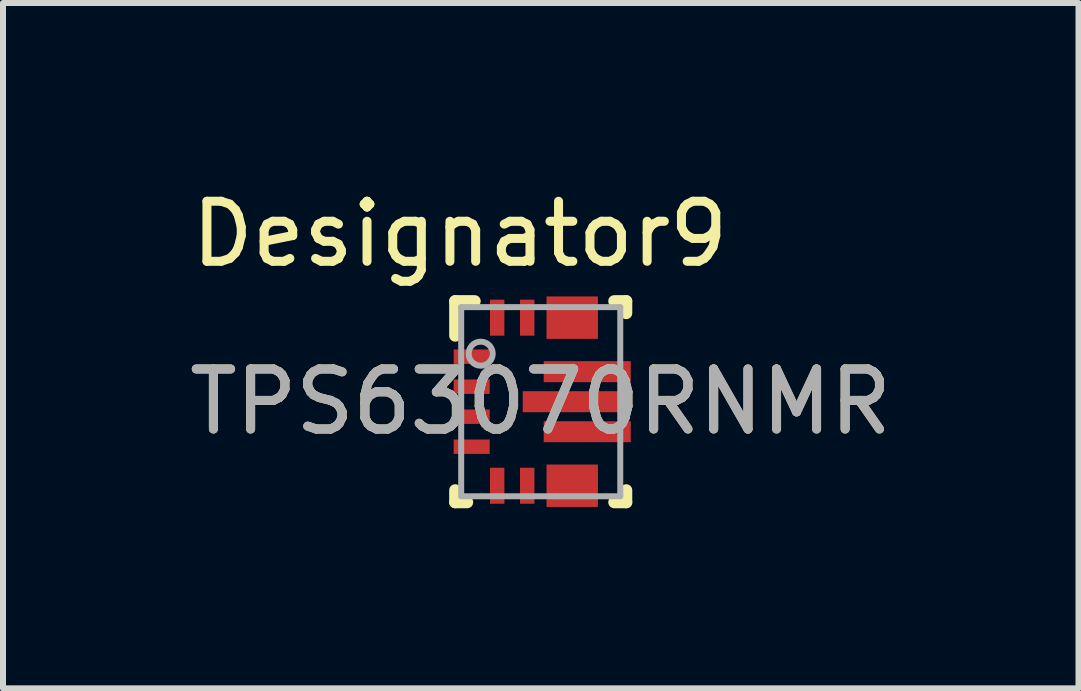
<source format=kicad_pcb>
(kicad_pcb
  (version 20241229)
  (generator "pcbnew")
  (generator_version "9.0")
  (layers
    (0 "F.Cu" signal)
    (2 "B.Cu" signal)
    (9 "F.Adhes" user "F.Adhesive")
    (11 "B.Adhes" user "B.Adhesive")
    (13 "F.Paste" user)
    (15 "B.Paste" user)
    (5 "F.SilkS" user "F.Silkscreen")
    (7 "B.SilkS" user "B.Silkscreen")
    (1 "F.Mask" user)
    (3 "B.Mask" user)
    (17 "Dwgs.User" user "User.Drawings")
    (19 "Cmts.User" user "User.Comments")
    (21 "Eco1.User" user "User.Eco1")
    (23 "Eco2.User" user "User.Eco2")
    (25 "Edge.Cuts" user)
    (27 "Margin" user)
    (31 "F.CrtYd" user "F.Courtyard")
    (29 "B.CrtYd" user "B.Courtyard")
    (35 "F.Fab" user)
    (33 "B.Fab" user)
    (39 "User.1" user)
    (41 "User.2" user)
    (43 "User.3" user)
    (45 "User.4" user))
  (footprint "TPS63070RNMR"
    (layer "F.Cu")
    (at 5.958 3.642)
    (property "Reference" "TPS63070RNMR" (at 0 0 0) (unlocked yes) (layer "F.SilkS") (effects (font (size 1 1) (thickness 0.15))))
    (attr smd)
    (fp_poly (pts (xy 0.15 -1.15) (xy 0.15 -1.3) (xy 0.151 -1.31) (xy 0.154 -1.319) (xy 0.158 -1.328) (xy 0.165 -1.335) (xy 0.172 -1.342) (xy 0.181 -1.346) (xy 0.19 -1.349) (xy 0.2 -1.35) (xy 0.85 -1.35) (xy 0.86 -1.349) (xy 0.869 -1.346) (xy 0.878 -1.342) (xy 0.885 -1.335) (xy 0.892 -1.328) (xy 0.896 -1.319) (xy 0.899 -1.31) (xy 0.9 -1.3) (xy 0.9 -1.15) (xy 0.899 -1.14) (xy 0.896 -1.131) (xy 0.892 -1.122) (xy 0.885 -1.115) (xy 0.878 -1.108) (xy 0.869 -1.104) (xy 0.86 -1.101) (xy 0.85 -1.1) (xy 0.2 -1.1) (xy 0.19 -1.101) (xy 0.181 -1.104) (xy 0.172 -1.108) (xy 0.165 -1.115) (xy 0.158 -1.122) (xy 0.154 -1.131) (xy 0.151 -1.14)) (stroke (width 0) (type solid)) (fill yes) (layer "F.Mask"))
    (fp_poly (pts (xy 0.15 1.3) (xy 0.15 1.15) (xy 0.151 1.14) (xy 0.154 1.131) (xy 0.158 1.122) (xy 0.165 1.115) (xy 0.172 1.108) (xy 0.181 1.104) (xy 0.19 1.101) (xy 0.2 1.1) (xy 0.85 1.1) (xy 0.86 1.101) (xy 0.869 1.104) (xy 0.878 1.108) (xy 0.885 1.115) (xy 0.892 1.122) (xy 0.896 1.131) (xy 0.899 1.14) (xy 0.9 1.15) (xy 0.9 1.3) (xy 0.899 1.31) (xy 0.896 1.319) (xy 0.892 1.328) (xy 0.885 1.335) (xy 0.878 1.342) (xy 0.869 1.346) (xy 0.86 1.349) (xy 0.85 1.35) (xy 0.2 1.35) (xy 0.19 1.349) (xy 0.181 1.346) (xy 0.172 1.342) (xy 0.165 1.335) (xy 0.158 1.328) (xy 0.154 1.319) (xy 0.151 1.31)) (stroke (width 0) (type solid)) (fill yes) (layer "F.Mask"))
    (fp_poly (pts (xy 0.2 1.1) (xy 0.35 1.1) (xy 0.36 1.101) (xy 0.369 1.104) (xy 0.378 1.108) (xy 0.385 1.115) (xy 0.392 1.122) (xy 0.396 1.131) (xy 0.399 1.14) (xy 0.4 1.15) (xy 0.4 1.65) (xy 0.399 1.66) (xy 0.396 1.669) (xy 0.392 1.678) (xy 0.385 1.685) (xy 0.378 1.692) (xy 0.369 1.696) (xy 0.36 1.699) (xy 0.35 1.7) (xy 0.2 1.7) (xy 0.19 1.699) (xy 0.181 1.696) (xy 0.172 1.692) (xy 0.165 1.685) (xy 0.158 1.678) (xy 0.154 1.669) (xy 0.151 1.66) (xy 0.15 1.65) (xy 0.15 1.15) (xy 0.151 1.14) (xy 0.154 1.131) (xy 0.158 1.122) (xy 0.165 1.115) (xy 0.172 1.108) (xy 0.181 1.104) (xy 0.19 1.101)) (stroke (width 0) (type solid)) (fill yes) (layer "F.Mask"))
    (fp_poly (pts (xy 0.35 -1.1) (xy 0.2 -1.1) (xy 0.19 -1.101) (xy 0.181 -1.104) (xy 0.172 -1.108) (xy 0.165 -1.115) (xy 0.158 -1.122) (xy 0.154 -1.131) (xy 0.151 -1.14) (xy 0.15 -1.15) (xy 0.15 -1.65) (xy 0.151 -1.66) (xy 0.154 -1.669) (xy 0.158 -1.678) (xy 0.165 -1.685) (xy 0.172 -1.692) (xy 0.181 -1.696) (xy 0.19 -1.699) (xy 0.2 -1.7) (xy 0.35 -1.7) (xy 0.36 -1.699) (xy 0.369 -1.696) (xy 0.378 -1.692) (xy 0.385 -1.685) (xy 0.392 -1.678) (xy 0.396 -1.669) (xy 0.399 -1.66) (xy 0.4 -1.65) (xy 0.4 -1.15) (xy 0.399 -1.14) (xy 0.396 -1.131) (xy 0.392 -1.122) (xy 0.385 -1.115) (xy 0.378 -1.108) (xy 0.369 -1.104) (xy 0.36 -1.101)) (stroke (width 0) (type solid)) (fill yes) (layer "F.Mask"))
    (fp_poly (pts (xy 0.7 1.1) (xy 0.85 1.1) (xy 0.86 1.101) (xy 0.869 1.104) (xy 0.878 1.108) (xy 0.885 1.115) (xy 0.892 1.122) (xy 0.896 1.131) (xy 0.899 1.14) (xy 0.9 1.15) (xy 0.9 1.65) (xy 0.899 1.66) (xy 0.896 1.669) (xy 0.892 1.678) (xy 0.885 1.685) (xy 0.878 1.692) (xy 0.869 1.696) (xy 0.86 1.699) (xy 0.85 1.7) (xy 0.7 1.7) (xy 0.69 1.699) (xy 0.681 1.696) (xy 0.672 1.692) (xy 0.665 1.685) (xy 0.658 1.678) (xy 0.654 1.669) (xy 0.651 1.66) (xy 0.65 1.65) (xy 0.65 1.15) (xy 0.651 1.14) (xy 0.654 1.131) (xy 0.658 1.122) (xy 0.665 1.115) (xy 0.672 1.108) (xy 0.681 1.104) (xy 0.69 1.101)) (stroke (width 0) (type solid)) (fill yes) (layer "F.Mask"))
    (fp_poly (pts (xy 0.85 -1.1) (xy 0.7 -1.1) (xy 0.69 -1.101) (xy 0.681 -1.104) (xy 0.672 -1.108) (xy 0.665 -1.115) (xy 0.658 -1.122) (xy 0.654 -1.131) (xy 0.651 -1.14) (xy 0.65 -1.15) (xy 0.65 -1.65) (xy 0.651 -1.66) (xy 0.654 -1.669) (xy 0.658 -1.678) (xy 0.665 -1.685) (xy 0.672 -1.692) (xy 0.681 -1.696) (xy 0.69 -1.699) (xy 0.7 -1.7) (xy 0.85 -1.7) (xy 0.86 -1.699) (xy 0.869 -1.696) (xy 0.878 -1.692) (xy 0.885 -1.685) (xy 0.892 -1.678) (xy 0.896 -1.669) (xy 0.899 -1.66) (xy 0.9 -1.65) (xy 0.9 -1.15) (xy 0.899 -1.14) (xy 0.896 -1.131) (xy 0.892 -1.122) (xy 0.885 -1.115) (xy 0.878 -1.108) (xy 0.869 -1.104) (xy 0.86 -1.101)) (stroke (width 0) (type solid)) (fill yes) (layer "F.Mask"))
    (fp_line (start -1.425 -1.675) (end -1.1 -1.675) (stroke (width 0.2) (type solid)) (layer "F.SilkS"))
    (fp_line (start -1.425 -1.1) (end -1.425 -1.675) (stroke (width 0.2) (type solid)) (layer "F.SilkS"))
    (fp_line (start -1.425 1.675) (end -1.425 1.475) (stroke (width 0.2) (type solid)) (layer "F.SilkS"))
    (fp_line (start -1.425 1.675) (end -1.225 1.675) (stroke (width 0.2) (type solid)) (layer "F.SilkS"))
    (fp_line (start 1.225 -1.675) (end 1.425 -1.675) (stroke (width 0.2) (type solid)) (layer "F.SilkS"))
    (fp_line (start 1.225 1.675) (end 1.425 1.675) (stroke (width 0.2) (type solid)) (layer "F.SilkS"))
    (fp_line (start 1.425 -1.475) (end 1.425 -1.675) (stroke (width 0.2) (type solid)) (layer "F.SilkS"))
    (fp_line (start 1.425 1.675) (end 1.425 1.475) (stroke (width 0.2) (type solid)) (layer "F.SilkS"))
    (fp_poly (pts (xy -0.22 0.075) (xy -0.22 -0.075) (xy -0.219 -0.085) (xy -0.216 -0.094) (xy -0.212 -0.103) (xy -0.205 -0.11) (xy -0.198 -0.117) (xy -0.189 -0.121) (xy -0.18 -0.124) (xy -0.17 -0.125) (xy 0.45 -0.125) (xy 0.46 -0.124) (xy 0.469 -0.121) (xy 0.478 -0.117) (xy 0.485 -0.11) (xy 0.492 -0.103) (xy 0.496 -0.094) (xy 0.499 -0.085) (xy 0.5 -0.075) (xy 0.5 0.075) (xy 0.499 0.085) (xy 0.496 0.094) (xy 0.492 0.103) (xy 0.485 0.11) (xy 0.478 0.117) (xy 0.469 0.121) (xy 0.46 0.124) (xy 0.45 0.125) (xy -0.17 0.125) (xy -0.18 0.124) (xy -0.189 0.121) (xy -0.198 0.117) (xy -0.205 0.11) (xy -0.212 0.103) (xy -0.216 0.094) (xy -0.219 0.085)) (stroke (width 0) (type solid)) (fill yes) (layer "F.Paste"))
    (fp_poly (pts (xy 0.101 -0.425) (xy 0.101 -0.575) (xy 0.101 -0.585) (xy 0.104 -0.594) (xy 0.109 -0.603) (xy 0.115 -0.61) (xy 0.123 -0.617) (xy 0.131 -0.621) (xy 0.141 -0.624) (xy 0.15 -0.625) (xy 0.625 -0.625) (xy 0.635 -0.624) (xy 0.645 -0.621) (xy 0.653 -0.617) (xy 0.661 -0.61) (xy 0.667 -0.603) (xy 0.672 -0.594) (xy 0.675 -0.585) (xy 0.675 -0.575) (xy 0.675 -0.425) (xy 0.675 -0.415) (xy 0.672 -0.406) (xy 0.667 -0.397) (xy 0.661 -0.39) (xy 0.653 -0.383) (xy 0.645 -0.379) (xy 0.635 -0.376) (xy 0.625 -0.375) (xy 0.15 -0.375) (xy 0.141 -0.376) (xy 0.131 -0.379) (xy 0.123 -0.383) (xy 0.115 -0.39) (xy 0.109 -0.397) (xy 0.104 -0.406) (xy 0.101 -0.415)) (stroke (width 0) (type solid)) (fill yes) (layer "F.Paste"))
    (fp_poly (pts (xy 0.101 0.575) (xy 0.101 0.425) (xy 0.101 0.415) (xy 0.104 0.406) (xy 0.109 0.397) (xy 0.115 0.39) (xy 0.123 0.383) (xy 0.131 0.379) (xy 0.141 0.376) (xy 0.15 0.375) (xy 0.625 0.375) (xy 0.635 0.376) (xy 0.645 0.379) (xy 0.653 0.383) (xy 0.661 0.39) (xy 0.667 0.397) (xy 0.672 0.406) (xy 0.675 0.415) (xy 0.675 0.425) (xy 0.675 0.575) (xy 0.675 0.585) (xy 0.672 0.594) (xy 0.667 0.603) (xy 0.661 0.61) (xy 0.653 0.617) (xy 0.645 0.621) (xy 0.635 0.624) (xy 0.625 0.625) (xy 0.15 0.625) (xy 0.141 0.624) (xy 0.131 0.621) (xy 0.123 0.617) (xy 0.115 0.61) (xy 0.109 0.603) (xy 0.104 0.594) (xy 0.101 0.585)) (stroke (width 0) (type solid)) (fill yes) (layer "F.Paste"))
    (fp_poly (pts (xy 0.15 -1.15) (xy 0.15 -1.3) (xy 0.151 -1.31) (xy 0.154 -1.319) (xy 0.158 -1.328) (xy 0.165 -1.335) (xy 0.172 -1.342) (xy 0.181 -1.346) (xy 0.19 -1.349) (xy 0.2 -1.35) (xy 0.85 -1.35) (xy 0.86 -1.349) (xy 0.869 -1.346) (xy 0.878 -1.342) (xy 0.885 -1.335) (xy 0.892 -1.328) (xy 0.896 -1.319) (xy 0.899 -1.31) (xy 0.9 -1.3) (xy 0.9 -1.15) (xy 0.899 -1.14) (xy 0.896 -1.131) (xy 0.892 -1.122) (xy 0.885 -1.115) (xy 0.878 -1.108) (xy 0.869 -1.104) (xy 0.86 -1.101) (xy 0.85 -1.1) (xy 0.2 -1.1) (xy 0.19 -1.101) (xy 0.181 -1.104) (xy 0.172 -1.108) (xy 0.165 -1.115) (xy 0.158 -1.122) (xy 0.154 -1.131) (xy 0.151 -1.14)) (stroke (width 0) (type solid)) (fill yes) (layer "F.Paste"))
    (fp_poly (pts (xy 0.15 1.3) (xy 0.15 1.15) (xy 0.151 1.14) (xy 0.154 1.131) (xy 0.158 1.122) (xy 0.165 1.115) (xy 0.172 1.108) (xy 0.181 1.104) (xy 0.19 1.101) (xy 0.2 1.1) (xy 0.85 1.1) (xy 0.86 1.101) (xy 0.869 1.104) (xy 0.878 1.108) (xy 0.885 1.115) (xy 0.892 1.122) (xy 0.896 1.131) (xy 0.899 1.14) (xy 0.9 1.15) (xy 0.9 1.3) (xy 0.899 1.31) (xy 0.896 1.319) (xy 0.892 1.328) (xy 0.885 1.335) (xy 0.878 1.342) (xy 0.869 1.346) (xy 0.86 1.349) (xy 0.85 1.35) (xy 0.2 1.35) (xy 0.19 1.349) (xy 0.181 1.346) (xy 0.172 1.342) (xy 0.165 1.335) (xy 0.158 1.328) (xy 0.154 1.319) (xy 0.151 1.31)) (stroke (width 0) (type solid)) (fill yes) (layer "F.Paste"))
    (fp_poly (pts (xy 0.2 1.1) (xy 0.35 1.1) (xy 0.36 1.101) (xy 0.369 1.104) (xy 0.378 1.108) (xy 0.385 1.115) (xy 0.392 1.122) (xy 0.396 1.131) (xy 0.399 1.14) (xy 0.4 1.15) (xy 0.4 1.65) (xy 0.399 1.66) (xy 0.396 1.669) (xy 0.392 1.678) (xy 0.385 1.685) (xy 0.378 1.692) (xy 0.369 1.696) (xy 0.36 1.699) (xy 0.35 1.7) (xy 0.2 1.7) (xy 0.19 1.699) (xy 0.181 1.696) (xy 0.172 1.692) (xy 0.165 1.685) (xy 0.158 1.678) (xy 0.154 1.669) (xy 0.151 1.66) (xy 0.15 1.65) (xy 0.15 1.15) (xy 0.151 1.14) (xy 0.154 1.131) (xy 0.158 1.122) (xy 0.165 1.115) (xy 0.172 1.108) (xy 0.181 1.104) (xy 0.19 1.101)) (stroke (width 0) (type solid)) (fill yes) (layer "F.Paste"))
    (fp_poly (pts (xy 0.35 -1.1) (xy 0.2 -1.1) (xy 0.19 -1.101) (xy 0.181 -1.104) (xy 0.172 -1.108) (xy 0.165 -1.115) (xy 0.158 -1.122) (xy 0.154 -1.131) (xy 0.151 -1.14) (xy 0.15 -1.15) (xy 0.15 -1.65) (xy 0.151 -1.66) (xy 0.154 -1.669) (xy 0.158 -1.678) (xy 0.165 -1.685) (xy 0.172 -1.692) (xy 0.181 -1.696) (xy 0.19 -1.699) (xy 0.2 -1.7) (xy 0.35 -1.7) (xy 0.36 -1.699) (xy 0.369 -1.696) (xy 0.378 -1.692) (xy 0.385 -1.685) (xy 0.392 -1.678) (xy 0.396 -1.669) (xy 0.399 -1.66) (xy 0.4 -1.65) (xy 0.4 -1.15) (xy 0.399 -1.14) (xy 0.396 -1.131) (xy 0.392 -1.122) (xy 0.385 -1.115) (xy 0.378 -1.108) (xy 0.369 -1.104) (xy 0.36 -1.101)) (stroke (width 0) (type solid)) (fill yes) (layer "F.Paste"))
    (fp_poly (pts (xy 0.7 0.075) (xy 0.7 -0.075) (xy 0.701 -0.085) (xy 0.704 -0.094) (xy 0.708 -0.103) (xy 0.715 -0.11) (xy 0.722 -0.117) (xy 0.731 -0.121) (xy 0.74 -0.124) (xy 0.75 -0.125) (xy 1.37 -0.125) (xy 1.38 -0.124) (xy 1.389 -0.121) (xy 1.398 -0.117) (xy 1.405 -0.11) (xy 1.412 -0.103) (xy 1.416 -0.094) (xy 1.419 -0.085) (xy 1.42 -0.075) (xy 1.42 0.075) (xy 1.419 0.085) (xy 1.416 0.094) (xy 1.412 0.103) (xy 1.405 0.11) (xy 1.398 0.117) (xy 1.389 0.121) (xy 1.38 0.124) (xy 1.37 0.125) (xy 0.75 0.125) (xy 0.74 0.124) (xy 0.731 0.121) (xy 0.722 0.117) (xy 0.715 0.11) (xy 0.708 0.103) (xy 0.704 0.094) (xy 0.701 0.085)) (stroke (width 0) (type solid)) (fill yes) (layer "F.Paste"))
    (fp_poly (pts (xy 0.7 1.1) (xy 0.85 1.1) (xy 0.86 1.101) (xy 0.869 1.104) (xy 0.878 1.108) (xy 0.885 1.115) (xy 0.892 1.122) (xy 0.896 1.131) (xy 0.899 1.14) (xy 0.9 1.15) (xy 0.9 1.65) (xy 0.899 1.66) (xy 0.896 1.669) (xy 0.892 1.678) (xy 0.885 1.685) (xy 0.878 1.692) (xy 0.869 1.696) (xy 0.86 1.699) (xy 0.85 1.7) (xy 0.7 1.7) (xy 0.69 1.699) (xy 0.681 1.696) (xy 0.672 1.692) (xy 0.665 1.685) (xy 0.658 1.678) (xy 0.654 1.669) (xy 0.651 1.66) (xy 0.65 1.65) (xy 0.65 1.15) (xy 0.651 1.14) (xy 0.654 1.131) (xy 0.658 1.122) (xy 0.665 1.115) (xy 0.672 1.108) (xy 0.681 1.104) (xy 0.69 1.101)) (stroke (width 0) (type solid)) (fill yes) (layer "F.Paste"))
    (fp_poly (pts (xy 0.85 -1.1) (xy 0.7 -1.1) (xy 0.69 -1.101) (xy 0.681 -1.104) (xy 0.672 -1.108) (xy 0.665 -1.115) (xy 0.658 -1.122) (xy 0.654 -1.131) (xy 0.651 -1.14) (xy 0.65 -1.15) (xy 0.65 -1.65) (xy 0.651 -1.66) (xy 0.654 -1.669) (xy 0.658 -1.678) (xy 0.665 -1.685) (xy 0.672 -1.692) (xy 0.681 -1.696) (xy 0.69 -1.699) (xy 0.7 -1.7) (xy 0.85 -1.7) (xy 0.86 -1.699) (xy 0.869 -1.696) (xy 0.878 -1.692) (xy 0.885 -1.685) (xy 0.892 -1.678) (xy 0.896 -1.669) (xy 0.899 -1.66) (xy 0.9 -1.65) (xy 0.9 -1.15) (xy 0.899 -1.14) (xy 0.896 -1.131) (xy 0.892 -1.122) (xy 0.885 -1.115) (xy 0.878 -1.108) (xy 0.869 -1.104) (xy 0.86 -1.101)) (stroke (width 0) (type solid)) (fill yes) (layer "F.Paste"))
    (fp_poly (pts (xy 0.875 -0.425) (xy 0.875 -0.575) (xy 0.876 -0.585) (xy 0.879 -0.594) (xy 0.884 -0.603) (xy 0.89 -0.61) (xy 0.898 -0.617) (xy 0.906 -0.621) (xy 0.916 -0.624) (xy 0.925 -0.625) (xy 1.401 -0.625) (xy 1.41 -0.624) (xy 1.42 -0.621) (xy 1.428 -0.617) (xy 1.436 -0.61) (xy 1.442 -0.603) (xy 1.447 -0.594) (xy 1.45 -0.585) (xy 1.45 -0.575) (xy 1.45 -0.425) (xy 1.45 -0.415) (xy 1.447 -0.406) (xy 1.442 -0.397) (xy 1.436 -0.39) (xy 1.428 -0.383) (xy 1.42 -0.379) (xy 1.41 -0.376) (xy 1.401 -0.375) (xy 0.925 -0.375) (xy 0.916 -0.376) (xy 0.906 -0.379) (xy 0.898 -0.383) (xy 0.89 -0.39) (xy 0.884 -0.397) (xy 0.879 -0.406) (xy 0.876 -0.415)) (stroke (width 0) (type solid)) (fill yes) (layer "F.Paste"))
    (fp_poly (pts (xy 0.875 0.575) (xy 0.875 0.425) (xy 0.876 0.415) (xy 0.879 0.406) (xy 0.884 0.397) (xy 0.89 0.39) (xy 0.898 0.383) (xy 0.906 0.379) (xy 0.916 0.376) (xy 0.925 0.375) (xy 1.401 0.375) (xy 1.41 0.376) (xy 1.42 0.379) (xy 1.428 0.383) (xy 1.436 0.39) (xy 1.442 0.397) (xy 1.447 0.406) (xy 1.45 0.415) (xy 1.45 0.425) (xy 1.45 0.575) (xy 1.45 0.585) (xy 1.447 0.594) (xy 1.442 0.603) (xy 1.436 0.61) (xy 1.428 0.617) (xy 1.42 0.621) (xy 1.41 0.624) (xy 1.401 0.625) (xy 0.925 0.625) (xy 0.916 0.624) (xy 0.906 0.621) (xy 0.898 0.617) (xy 0.89 0.61) (xy 0.884 0.603) (xy 0.879 0.594) (xy 0.876 0.585)) (stroke (width 0) (type solid)) (fill yes) (layer "F.Paste"))
    (fp_line (start -1.325 -1.575) (end 1.325 -1.575) (stroke (width 0.1) (type solid)) (layer "F.Fab"))
    (fp_line (start -1.325 1.575) (end -1.325 -1.575) (stroke (width 0.1) (type solid)) (layer "F.Fab"))
    (fp_line (start -1.325 1.575) (end 1.325 1.575) (stroke (width 0.1) (type solid)) (layer "F.Fab"))
    (fp_line (start 1.325 1.575) (end 1.325 -1.575) (stroke (width 0.1) (type solid)) (layer "F.Fab"))
    (fp_circle (center -1 -0.8) (end -0.8 -0.8) (stroke (width 0.1) (type solid)) (fill no) (layer "F.Fab"))
    (fp_text user "Designator9" (at -1.346 -2.794 0) (unlocked yes) (layer "F.SilkS") (effects (font (size 1 1) (thickness 0.15))))
    (fp_text user "${REFERENCE}" (at 0 0 0) (unlocked yes) (layer "F.Fab") (effects (font (size 1 1) (thickness 0.15))))
    (pad "1" smd rect (at -1.15 -0.75 90) (size 0.24 0.6) (layers "F.Cu" "F.Mask" "F.Paste"))
    (pad "2" smd rect (at -1.15 -0.25 90) (size 0.24 0.6) (layers "F.Cu" "F.Mask" "F.Paste"))
    (pad "3" smd rect (at -1.15 0.25 90) (size 0.24 0.6) (layers "F.Cu" "F.Mask" "F.Paste"))
    (pad "4" smd rect (at -1.15 0.75 90) (size 0.24 0.6) (layers "F.Cu" "F.Mask" "F.Paste"))
    (pad "5" smd rect (at -0.725 1.4) (size 0.24 0.6) (layers "F.Cu" "F.Mask" "F.Paste"))
    (pad "6" smd rect (at -0.225 1.4) (size 0.24 0.6) (layers "F.Cu" "F.Mask" "F.Paste"))
    (pad "7" smd rect (at 0.525 1.4 90) (size 0.7 0.85) (layers "F.Cu" "F.Mask" "F.Paste"))
    (pad "8" smd rect (at 0.525 1.4 90) (size 0.7 0.85) (layers "F.Cu" "F.Mask" "F.Paste"))
    (pad "9" smd rect (at 0.775 0.5 90) (size 0.35 1.45) (layers "F.Cu" "F.Mask"))
    (pad "10" smd rect (at 0.6 0 90) (size 0.35 1.8) (layers "F.Cu" "F.Mask"))
    (pad "11" smd rect (at 0.775 -0.5 90) (size 0.35 1.45) (layers "F.Cu" "F.Mask"))
    (pad "12" smd rect (at 0.525 -1.4 90) (size 0.7 0.85) (layers "F.Cu" "F.Mask" "F.Paste"))
    (pad "13" smd rect (at 0.525 -1.4 90) (size 0.7 0.85) (layers "F.Cu" "F.Mask" "F.Paste"))
    (pad "14" smd rect (at -0.225 -1.4) (size 0.24 0.6) (layers "F.Cu" "F.Mask" "F.Paste"))
    (pad "15" smd rect (at -0.725 -1.4) (size 0.24 0.6) (layers "F.Cu" "F.Mask" "F.Paste")))
  (gr_rect
    (start -3 -3)
    (end 14.917 8.417)
    (stroke (width 0.1) (type default))
    (fill no)
    (layer "Edge.Cuts")))
</source>
